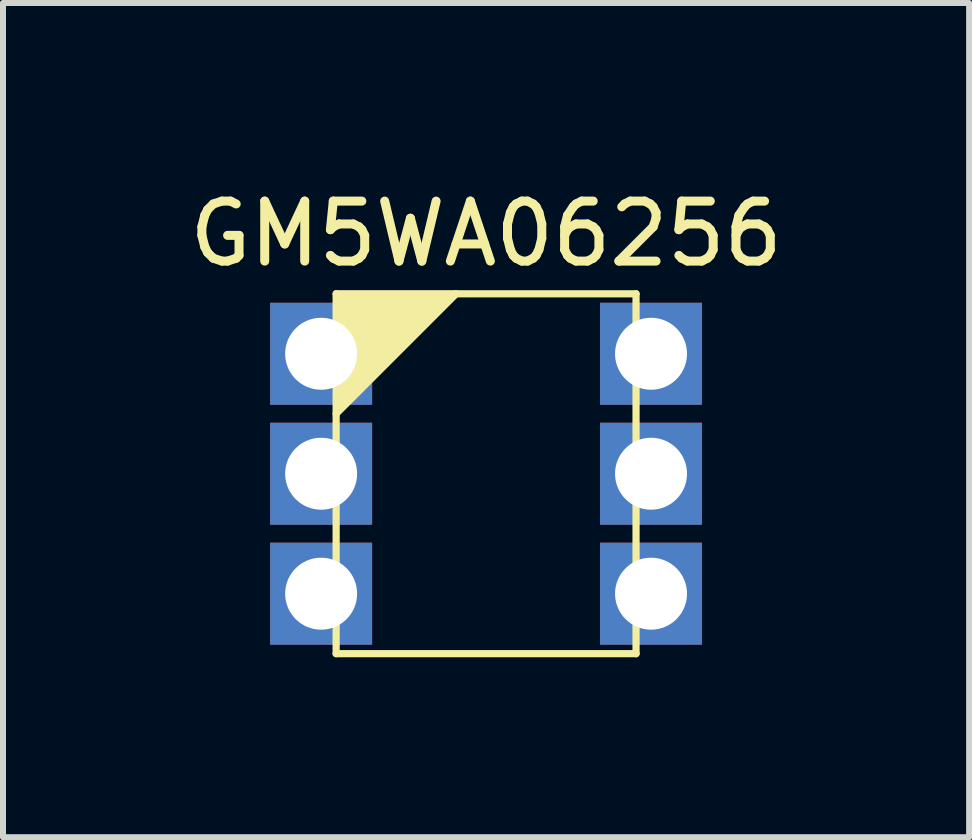
<source format=kicad_pcb>
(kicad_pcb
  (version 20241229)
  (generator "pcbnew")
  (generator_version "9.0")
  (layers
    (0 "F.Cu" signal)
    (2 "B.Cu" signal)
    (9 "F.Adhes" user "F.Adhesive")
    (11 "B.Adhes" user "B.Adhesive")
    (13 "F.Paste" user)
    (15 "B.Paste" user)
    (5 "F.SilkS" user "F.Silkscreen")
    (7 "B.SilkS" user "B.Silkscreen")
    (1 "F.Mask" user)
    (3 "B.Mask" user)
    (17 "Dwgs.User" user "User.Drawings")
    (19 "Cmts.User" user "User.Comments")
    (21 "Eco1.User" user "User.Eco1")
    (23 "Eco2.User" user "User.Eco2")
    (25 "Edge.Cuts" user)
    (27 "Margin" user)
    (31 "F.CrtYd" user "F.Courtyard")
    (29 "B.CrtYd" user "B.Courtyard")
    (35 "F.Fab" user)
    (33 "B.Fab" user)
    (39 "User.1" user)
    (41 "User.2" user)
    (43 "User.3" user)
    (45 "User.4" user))
  (footprint "GM5WA06256"
    (layer "F.Cu")
    (at 5.054 0.348)
    (property "Reference" "GM5WA06256" (at 0 0.5 0) (layer "F.SilkS") (effects (font (size 1 1) (thickness 0.15))))
    (attr through_hole)
    (fp_line (start -2.5 1.5) (end 2.5 1.5) (stroke (width 0.12) (type solid)) (layer "F.SilkS"))
    (fp_line (start -2.5 7.5) (end -2.5 1.5) (stroke (width 0.12) (type solid)) (layer "F.SilkS"))
    (fp_line (start -0.5 1.5) (end -2.5 3.5) (stroke (width 0.12) (type solid)) (layer "F.SilkS"))
    (fp_line (start 2.5 1.5) (end 2.5 7.5) (stroke (width 0.12) (type solid)) (layer "F.SilkS"))
    (fp_line (start 2.5 7.5) (end -2.5 7.5) (stroke (width 0.12) (type solid)) (layer "F.SilkS"))
    (fp_poly (pts (xy -2.5 3.5) (xy -2.5 1.5) (xy -0.5 1.5)) (stroke (width 0.1) (type solid)) (fill yes) (layer "F.SilkS"))
    (pad "1" thru_hole rect (at -2.75 2.5) (size 1.7 1.7) (drill 1.2) (layers "*.Cu" "*.Mask"))
    (pad "2" thru_hole rect (at -2.75 4.5) (size 1.7 1.7) (drill 1.2) (layers "*.Cu" "*.Mask"))
    (pad "3" thru_hole rect (at -2.75 6.5) (size 1.7 1.7) (drill 1.2) (layers "*.Cu" "*.Mask"))
    (pad "4" thru_hole rect (at 2.75 6.5) (size 1.7 1.7) (drill 1.2) (layers "*.Cu" "*.Mask"))
    (pad "5" thru_hole rect (at 2.75 4.5) (size 1.7 1.7) (drill 1.2) (layers "*.Cu" "*.Mask"))
    (pad "6" thru_hole rect (at 2.75 2.5) (size 1.7 1.7) (drill 1.2) (layers "*.Cu" "*.Mask")))
  (gr_rect
    (start -3 -3)
    (end 13.107 10.908)
    (stroke (width 0.1) (type default))
    (fill no)
    (layer "Edge.Cuts")))
</source>
